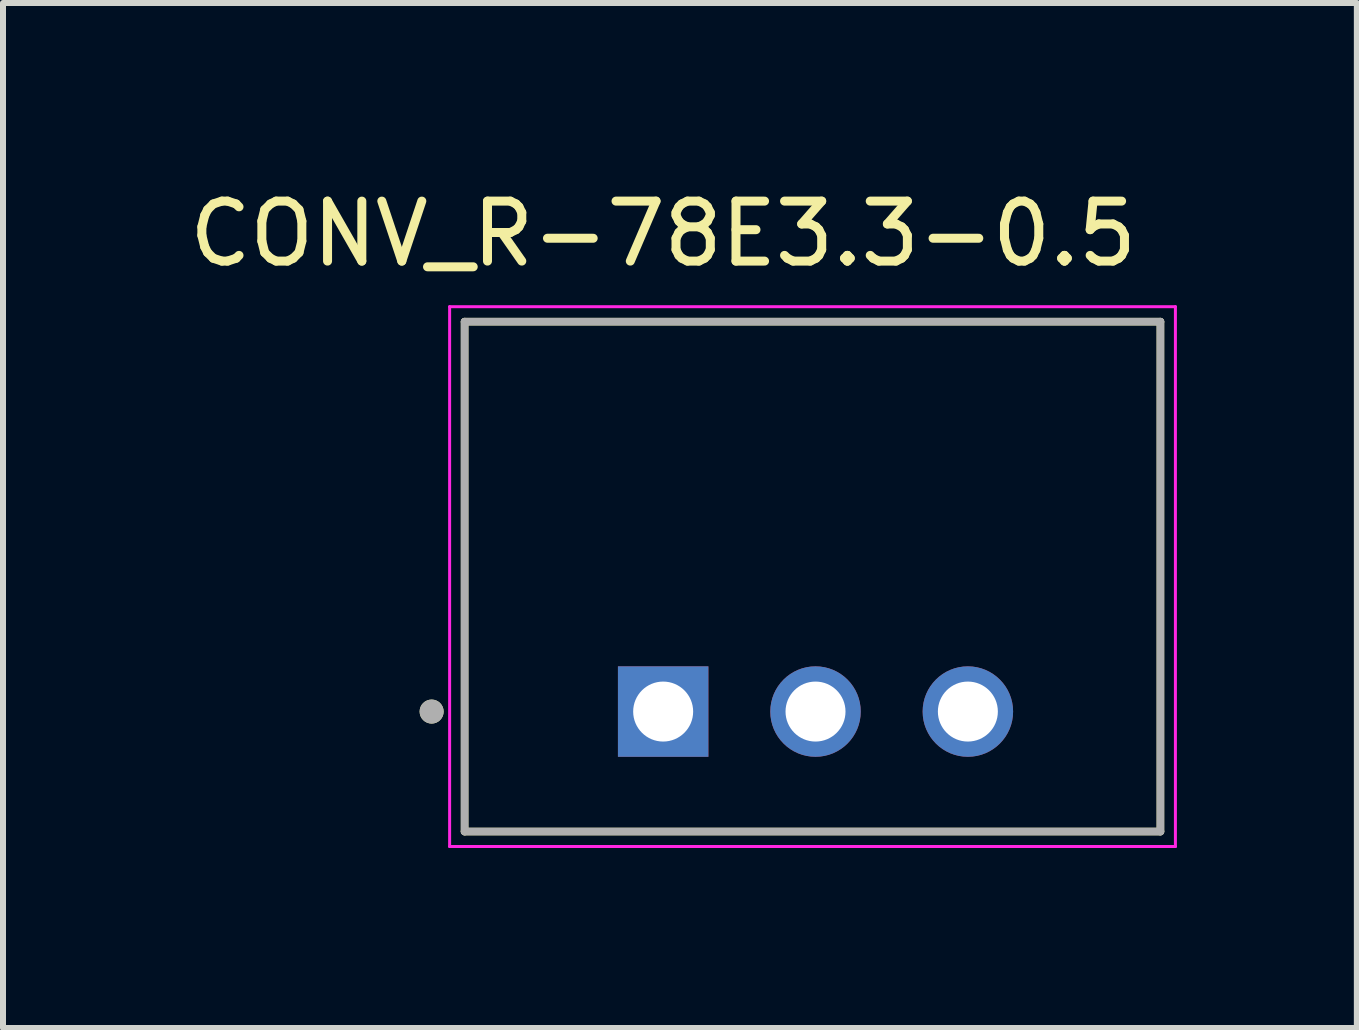
<source format=kicad_pcb>
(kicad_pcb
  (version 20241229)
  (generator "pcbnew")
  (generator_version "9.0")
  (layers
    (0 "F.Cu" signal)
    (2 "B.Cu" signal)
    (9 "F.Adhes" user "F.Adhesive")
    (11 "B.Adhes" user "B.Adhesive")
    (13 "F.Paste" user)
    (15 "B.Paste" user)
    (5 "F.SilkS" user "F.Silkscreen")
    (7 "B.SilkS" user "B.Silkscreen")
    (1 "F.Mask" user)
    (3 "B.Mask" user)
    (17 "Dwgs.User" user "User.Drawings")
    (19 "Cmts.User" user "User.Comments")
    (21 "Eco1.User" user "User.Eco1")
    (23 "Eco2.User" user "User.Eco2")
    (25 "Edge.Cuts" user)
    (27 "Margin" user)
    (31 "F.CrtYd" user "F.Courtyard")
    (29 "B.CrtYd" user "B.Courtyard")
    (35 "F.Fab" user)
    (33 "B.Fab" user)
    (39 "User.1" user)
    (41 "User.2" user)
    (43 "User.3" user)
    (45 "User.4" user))
  (footprint "CONV_R-78E3.3-0.5"
    (layer "F.Cu")
    (at 10.546 6.563)
    (property "Reference" "CONV_R-78E3.3-0.5" (at -2.54 -5.715 0) (layer "F.SilkS") (effects (font (size 1 1) (thickness 0.15))))
    (attr through_hole)
    (fp_line (start -5.85 -4.25) (end -5.85 4.25) (stroke (width 0.127) (type solid)) (layer "F.SilkS"))
    (fp_line (start -5.85 4.25) (end 5.75 4.25) (stroke (width 0.127) (type solid)) (layer "F.SilkS"))
    (fp_line (start 5.75 -4.25) (end -5.85 -4.25) (stroke (width 0.127) (type solid)) (layer "F.SilkS"))
    (fp_line (start 5.75 4.25) (end 5.75 -4.25) (stroke (width 0.127) (type solid)) (layer "F.SilkS"))
    (fp_circle (center -6.4 2.25) (end -6.3 2.25) (stroke (width 0.2) (type solid)) (fill no) (layer "F.SilkS"))
    (fp_line (start -6.1 -4.5) (end -6.1 4.5) (stroke (width 0.05) (type solid)) (layer "F.CrtYd"))
    (fp_line (start -6.1 4.5) (end 6 4.5) (stroke (width 0.05) (type solid)) (layer "F.CrtYd"))
    (fp_line (start 6 -4.5) (end -6.1 -4.5) (stroke (width 0.05) (type solid)) (layer "F.CrtYd"))
    (fp_line (start 6 4.5) (end 6 -4.5) (stroke (width 0.05) (type solid)) (layer "F.CrtYd"))
    (fp_line (start -5.85 -4.25) (end -5.85 4.25) (stroke (width 0.127) (type solid)) (layer "F.Fab"))
    (fp_line (start -5.85 4.25) (end 5.75 4.25) (stroke (width 0.127) (type solid)) (layer "F.Fab"))
    (fp_line (start 5.75 -4.25) (end -5.85 -4.25) (stroke (width 0.127) (type solid)) (layer "F.Fab"))
    (fp_line (start 5.75 4.25) (end 5.75 -4.25) (stroke (width 0.127) (type solid)) (layer "F.Fab"))
    (fp_circle (center -6.4 2.25) (end -6.3 2.25) (stroke (width 0.2) (type solid)) (fill no) (layer "F.Fab"))
    (pad "1" thru_hole rect (at -2.54 2.25) (size 1.508 1.508) (drill 1) (layers "*.Cu" "*.Mask"))
    (pad "2" thru_hole circle (at 0 2.25) (size 1.508 1.508) (drill 1) (layers "*.Cu" "*.Mask"))
    (pad "3" thru_hole circle (at 2.54 2.25) (size 1.508 1.508) (drill 1) (layers "*.Cu" "*.Mask")))
  (gr_rect
    (start -3 -3)
    (end 19.571 14.088)
    (stroke (width 0.1) (type default))
    (fill no)
    (layer "Edge.Cuts")))
</source>
